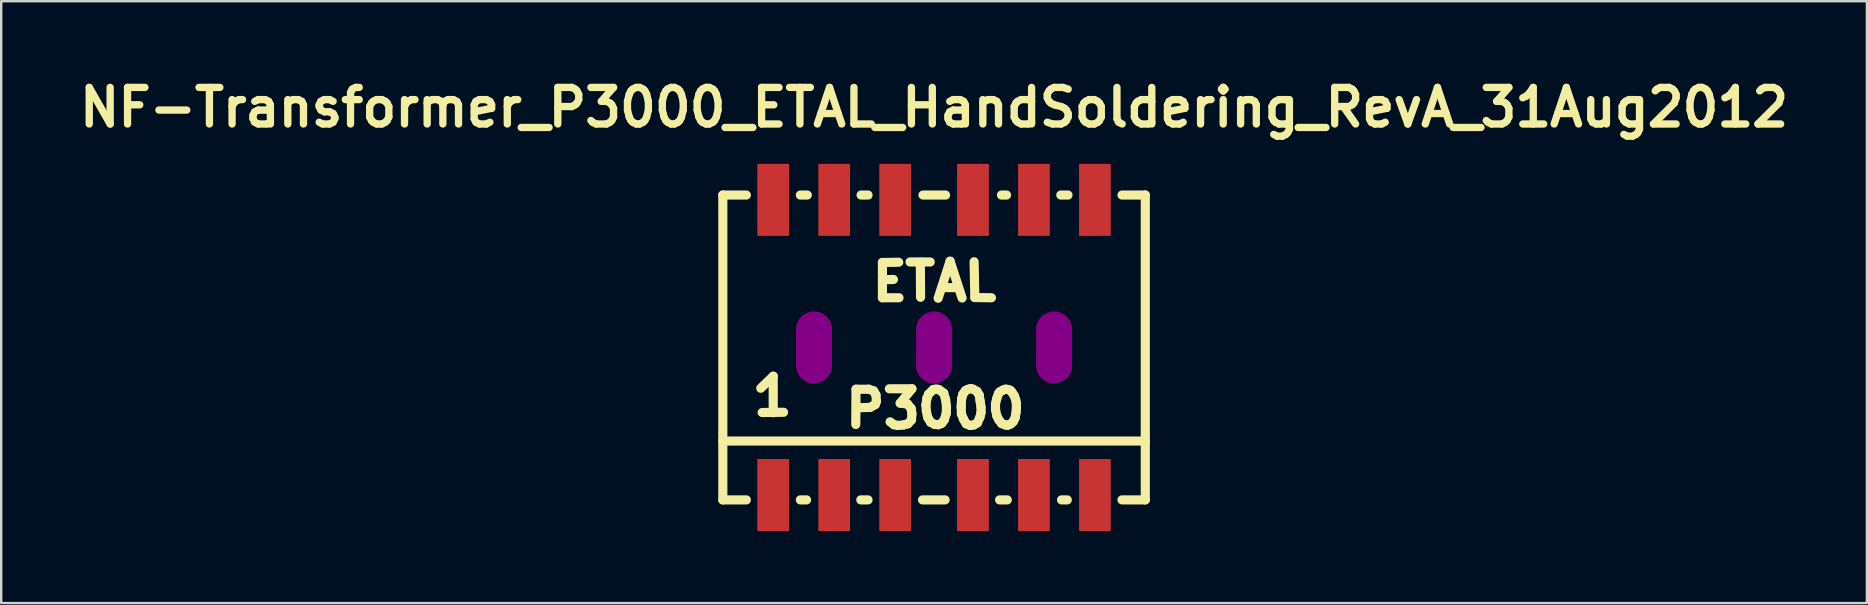
<source format=kicad_pcb>
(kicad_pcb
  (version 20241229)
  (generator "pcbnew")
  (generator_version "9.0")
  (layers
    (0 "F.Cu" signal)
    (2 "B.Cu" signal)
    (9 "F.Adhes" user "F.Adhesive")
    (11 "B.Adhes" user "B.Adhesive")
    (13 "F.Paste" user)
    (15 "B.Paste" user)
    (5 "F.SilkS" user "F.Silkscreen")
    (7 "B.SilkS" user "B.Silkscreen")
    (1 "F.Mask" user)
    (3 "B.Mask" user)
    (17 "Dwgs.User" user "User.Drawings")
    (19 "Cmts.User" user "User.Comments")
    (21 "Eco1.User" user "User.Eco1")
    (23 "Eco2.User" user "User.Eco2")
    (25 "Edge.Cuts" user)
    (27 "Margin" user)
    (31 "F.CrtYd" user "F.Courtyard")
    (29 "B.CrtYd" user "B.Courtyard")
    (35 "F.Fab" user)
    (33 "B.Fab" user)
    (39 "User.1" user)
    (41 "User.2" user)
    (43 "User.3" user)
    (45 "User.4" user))
  (footprint "NF-Transformer_P3000_ETAL_HandSoldering_RevA_31Aug2012"
    (layer "F.Cu")
    (at 35.865 11.426)
    (property "Reference" "NF-Transformer_P3000_ETAL_HandSoldering_RevA_31Aug2012" (at 0 -10 0) (layer "F.SilkS") (effects (font (size 1.524 1.524) (thickness 0.305))))
    (attr smd)
    (fp_line (start -8.801 -6.35) (end -7.821 -6.35) (stroke (width 0.381) (type solid)) (layer "F.SilkS"))
    (fp_line (start -8.801 6.35) (end -8.801 -6.35) (stroke (width 0.381) (type solid)) (layer "F.SilkS"))
    (fp_line (start -7.821 6.35) (end -8.801 6.35) (stroke (width 0.381) (type solid)) (layer "F.SilkS"))
    (fp_line (start -7.221 1.699) (end -6.701 1.199) (stroke (width 0.381) (type solid)) (layer "F.SilkS"))
    (fp_line (start -7.16 2.71) (end -6.271 2.7) (stroke (width 0.381) (type solid)) (layer "F.SilkS"))
    (fp_line (start -6.701 1.199) (end -6.701 2.72) (stroke (width 0.381) (type solid)) (layer "F.SilkS"))
    (fp_line (start -5.57 -6.35) (end -5.281 -6.35) (stroke (width 0.381) (type solid)) (layer "F.SilkS"))
    (fp_line (start -5.311 6.35) (end -5.57 6.35) (stroke (width 0.381) (type solid)) (layer "F.SilkS"))
    (fp_line (start -3.261 3.208) (end -3.251 1.74) (stroke (width 0.381) (type solid)) (layer "F.SilkS"))
    (fp_line (start -3.251 1.74) (end -2.72 1.74) (stroke (width 0.381) (type solid)) (layer "F.SilkS"))
    (fp_line (start -3.04 -6.35) (end -2.751 -6.35) (stroke (width 0.381) (type solid)) (layer "F.SilkS"))
    (fp_line (start -2.751 6.35) (end -3.051 6.35) (stroke (width 0.381) (type solid)) (layer "F.SilkS"))
    (fp_line (start -2.72 1.74) (end -2.52 1.808) (stroke (width 0.381) (type solid)) (layer "F.SilkS"))
    (fp_line (start -2.67 2.499) (end -3.17 2.51) (stroke (width 0.381) (type solid)) (layer "F.SilkS"))
    (fp_line (start -2.52 1.808) (end -2.421 1.979) (stroke (width 0.381) (type solid)) (layer "F.SilkS"))
    (fp_line (start -2.451 2.38) (end -2.67 2.499) (stroke (width 0.381) (type solid)) (layer "F.SilkS"))
    (fp_line (start -2.421 1.979) (end -2.4 2.24) (stroke (width 0.381) (type solid)) (layer "F.SilkS"))
    (fp_line (start -2.4 2.24) (end -2.451 2.38) (stroke (width 0.381) (type solid)) (layer "F.SilkS"))
    (fp_line (start -2.151 -3.541) (end -2.151 -2.07) (stroke (width 0.381) (type solid)) (layer "F.SilkS"))
    (fp_line (start -2.151 -2.822) (end -1.692 -2.832) (stroke (width 0.381) (type solid)) (layer "F.SilkS"))
    (fp_line (start -2.151 -2.07) (end -1.46 -2.07) (stroke (width 0.381) (type solid)) (layer "F.SilkS"))
    (fp_line (start -1.862 1.72) (end -0.922 1.72) (stroke (width 0.381) (type solid)) (layer "F.SilkS"))
    (fp_line (start -1.671 3.218) (end -1.831 3.099) (stroke (width 0.381) (type solid)) (layer "F.SilkS"))
    (fp_line (start -1.511 3.249) (end -1.671 3.218) (stroke (width 0.381) (type solid)) (layer "F.SilkS"))
    (fp_line (start -1.471 -3.551) (end -2.151 -3.541) (stroke (width 0.381) (type solid)) (layer "F.SilkS"))
    (fp_line (start -1.41 2.319) (end -1.1 2.36) (stroke (width 0.381) (type solid)) (layer "F.SilkS"))
    (fp_line (start -1.27 3.228) (end -1.511 3.249) (stroke (width 0.381) (type solid)) (layer "F.SilkS"))
    (fp_line (start -1.1 2.36) (end -0.95 2.55) (stroke (width 0.381) (type solid)) (layer "F.SilkS"))
    (fp_line (start -1.09 3.18) (end -1.27 3.228) (stroke (width 0.381) (type solid)) (layer "F.SilkS"))
    (fp_line (start -1.001 -3.561) (end -0.16 -3.561) (stroke (width 0.381) (type solid)) (layer "F.SilkS"))
    (fp_line (start -0.95 2.55) (end -0.922 2.758) (stroke (width 0.381) (type solid)) (layer "F.SilkS"))
    (fp_line (start -0.94 3.02) (end -1.09 3.18) (stroke (width 0.381) (type solid)) (layer "F.SilkS"))
    (fp_line (start -0.922 1.72) (end -1.41 2.319) (stroke (width 0.381) (type solid)) (layer "F.SilkS"))
    (fp_line (start -0.922 2.758) (end -0.94 3.02) (stroke (width 0.381) (type solid)) (layer "F.SilkS"))
    (fp_line (start -0.572 -3.551) (end -0.561 -2.09) (stroke (width 0.381) (type solid)) (layer "F.SilkS"))
    (fp_line (start -0.46 -6.35) (end 0.48 -6.35) (stroke (width 0.381) (type solid)) (layer "F.SilkS"))
    (fp_line (start -0.34 2.4) (end -0.3 2.118) (stroke (width 0.381) (type solid)) (layer "F.SilkS"))
    (fp_line (start -0.32 2.659) (end -0.34 2.4) (stroke (width 0.381) (type solid)) (layer "F.SilkS"))
    (fp_line (start -0.3 2.118) (end -0.231 1.948) (stroke (width 0.381) (type solid)) (layer "F.SilkS"))
    (fp_line (start -0.262 2.918) (end -0.32 2.659) (stroke (width 0.381) (type solid)) (layer "F.SilkS"))
    (fp_line (start -0.231 1.948) (end -0.041 1.76) (stroke (width 0.381) (type solid)) (layer "F.SilkS"))
    (fp_line (start -0.14 3.119) (end -0.262 2.918) (stroke (width 0.381) (type solid)) (layer "F.SilkS"))
    (fp_line (start -0.041 1.76) (end 0.028 1.74) (stroke (width 0.381) (type solid)) (layer "F.SilkS"))
    (fp_line (start 0.028 3.208) (end -0.14 3.119) (stroke (width 0.381) (type solid)) (layer "F.SilkS"))
    (fp_line (start 0.109 1.73) (end 0.208 1.76) (stroke (width 0.381) (type solid)) (layer "F.SilkS"))
    (fp_line (start 0.17 -2.052) (end 0.668 -3.592) (stroke (width 0.381) (type solid)) (layer "F.SilkS"))
    (fp_line (start 0.18 3.218) (end 0.028 3.208) (stroke (width 0.381) (type solid)) (layer "F.SilkS"))
    (fp_line (start 0.208 1.76) (end 0.399 1.9) (stroke (width 0.381) (type solid)) (layer "F.SilkS"))
    (fp_line (start 0.32 3.16) (end 0.18 3.218) (stroke (width 0.381) (type solid)) (layer "F.SilkS"))
    (fp_line (start 0.34 -2.492) (end 0.93 -2.492) (stroke (width 0.381) (type solid)) (layer "F.SilkS"))
    (fp_line (start 0.399 1.9) (end 0.48 2.159) (stroke (width 0.381) (type solid)) (layer "F.SilkS"))
    (fp_line (start 0.429 3.01) (end 0.32 3.16) (stroke (width 0.381) (type solid)) (layer "F.SilkS"))
    (fp_line (start 0.46 6.35) (end -0.48 6.35) (stroke (width 0.381) (type solid)) (layer "F.SilkS"))
    (fp_line (start 0.48 2.159) (end 0.518 2.469) (stroke (width 0.381) (type solid)) (layer "F.SilkS"))
    (fp_line (start 0.508 2.748) (end 0.429 3.01) (stroke (width 0.381) (type solid)) (layer "F.SilkS"))
    (fp_line (start 0.518 2.469) (end 0.508 2.748) (stroke (width 0.381) (type solid)) (layer "F.SilkS"))
    (fp_line (start 0.668 -3.592) (end 1.168 -2.06) (stroke (width 0.381) (type solid)) (layer "F.SilkS"))
    (fp_line (start 1.13 2.459) (end 1.148 2.149) (stroke (width 0.381) (type solid)) (layer "F.SilkS"))
    (fp_line (start 1.14 2.769) (end 1.13 2.459) (stroke (width 0.381) (type solid)) (layer "F.SilkS"))
    (fp_line (start 1.148 2.149) (end 1.199 1.948) (stroke (width 0.381) (type solid)) (layer "F.SilkS"))
    (fp_line (start 1.199 1.948) (end 1.308 1.798) (stroke (width 0.381) (type solid)) (layer "F.SilkS"))
    (fp_line (start 1.229 2.99) (end 1.14 2.769) (stroke (width 0.381) (type solid)) (layer "F.SilkS"))
    (fp_line (start 1.308 1.798) (end 1.4 1.75) (stroke (width 0.381) (type solid)) (layer "F.SilkS"))
    (fp_line (start 1.339 3.18) (end 1.229 2.99) (stroke (width 0.381) (type solid)) (layer "F.SilkS"))
    (fp_line (start 1.4 1.75) (end 1.478 1.72) (stroke (width 0.381) (type solid)) (layer "F.SilkS"))
    (fp_line (start 1.509 3.249) (end 1.339 3.18) (stroke (width 0.381) (type solid)) (layer "F.SilkS"))
    (fp_line (start 1.539 1.709) (end 1.628 1.74) (stroke (width 0.381) (type solid)) (layer "F.SilkS"))
    (fp_line (start 1.628 1.74) (end 1.788 1.829) (stroke (width 0.381) (type solid)) (layer "F.SilkS"))
    (fp_line (start 1.659 3.228) (end 1.509 3.249) (stroke (width 0.381) (type solid)) (layer "F.SilkS"))
    (fp_line (start 1.669 -3.571) (end 1.699 -2.08) (stroke (width 0.381) (type solid)) (layer "F.SilkS"))
    (fp_line (start 1.699 -2.08) (end 2.39 -2.07) (stroke (width 0.381) (type solid)) (layer "F.SilkS"))
    (fp_line (start 1.788 1.829) (end 1.88 1.979) (stroke (width 0.381) (type solid)) (layer "F.SilkS"))
    (fp_line (start 1.808 3.139) (end 1.659 3.228) (stroke (width 0.381) (type solid)) (layer "F.SilkS"))
    (fp_line (start 1.88 1.979) (end 1.92 2.24) (stroke (width 0.381) (type solid)) (layer "F.SilkS"))
    (fp_line (start 1.91 2.908) (end 1.808 3.139) (stroke (width 0.381) (type solid)) (layer "F.SilkS"))
    (fp_line (start 1.92 2.24) (end 1.958 2.499) (stroke (width 0.381) (type solid)) (layer "F.SilkS"))
    (fp_line (start 1.958 2.499) (end 1.958 2.71) (stroke (width 0.381) (type solid)) (layer "F.SilkS"))
    (fp_line (start 1.958 2.71) (end 1.91 2.908) (stroke (width 0.381) (type solid)) (layer "F.SilkS"))
    (fp_line (start 2.56 2.349) (end 2.619 2.108) (stroke (width 0.381) (type solid)) (layer "F.SilkS"))
    (fp_line (start 2.56 2.588) (end 2.56 2.349) (stroke (width 0.381) (type solid)) (layer "F.SilkS"))
    (fp_line (start 2.619 2.108) (end 2.68 1.93) (stroke (width 0.381) (type solid)) (layer "F.SilkS"))
    (fp_line (start 2.619 2.86) (end 2.56 2.588) (stroke (width 0.381) (type solid)) (layer "F.SilkS"))
    (fp_line (start 2.68 1.93) (end 2.738 1.849) (stroke (width 0.381) (type solid)) (layer "F.SilkS"))
    (fp_line (start 2.7 3.02) (end 2.619 2.86) (stroke (width 0.381) (type solid)) (layer "F.SilkS"))
    (fp_line (start 2.738 1.849) (end 2.87 1.778) (stroke (width 0.381) (type solid)) (layer "F.SilkS"))
    (fp_line (start 2.809 -6.35) (end 3.02 -6.35) (stroke (width 0.381) (type solid)) (layer "F.SilkS"))
    (fp_line (start 2.819 3.17) (end 2.7 3.02) (stroke (width 0.381) (type solid)) (layer "F.SilkS"))
    (fp_line (start 2.87 1.778) (end 2.959 1.75) (stroke (width 0.381) (type solid)) (layer "F.SilkS"))
    (fp_line (start 2.969 3.228) (end 2.819 3.17) (stroke (width 0.381) (type solid)) (layer "F.SilkS"))
    (fp_line (start 2.99 1.73) (end 3.109 1.76) (stroke (width 0.381) (type solid)) (layer "F.SilkS"))
    (fp_line (start 3.051 6.35) (end 2.731 6.35) (stroke (width 0.381) (type solid)) (layer "F.SilkS"))
    (fp_line (start 3.068 3.239) (end 2.969 3.228) (stroke (width 0.381) (type solid)) (layer "F.SilkS"))
    (fp_line (start 3.109 1.76) (end 3.19 1.798) (stroke (width 0.381) (type solid)) (layer "F.SilkS"))
    (fp_line (start 3.19 1.798) (end 3.249 1.869) (stroke (width 0.381) (type solid)) (layer "F.SilkS"))
    (fp_line (start 3.19 3.19) (end 3.068 3.239) (stroke (width 0.381) (type solid)) (layer "F.SilkS"))
    (fp_line (start 3.249 1.869) (end 3.34 2.009) (stroke (width 0.381) (type solid)) (layer "F.SilkS"))
    (fp_line (start 3.299 3.089) (end 3.19 3.19) (stroke (width 0.381) (type solid)) (layer "F.SilkS"))
    (fp_line (start 3.34 2.009) (end 3.399 2.169) (stroke (width 0.381) (type solid)) (layer "F.SilkS"))
    (fp_line (start 3.378 2.929) (end 3.299 3.089) (stroke (width 0.381) (type solid)) (layer "F.SilkS"))
    (fp_line (start 3.399 2.169) (end 3.429 2.329) (stroke (width 0.381) (type solid)) (layer "F.SilkS"))
    (fp_line (start 3.419 2.69) (end 3.378 2.929) (stroke (width 0.381) (type solid)) (layer "F.SilkS"))
    (fp_line (start 3.429 2.329) (end 3.429 2.52) (stroke (width 0.381) (type solid)) (layer "F.SilkS"))
    (fp_line (start 3.429 2.52) (end 3.419 2.69) (stroke (width 0.381) (type solid)) (layer "F.SilkS"))
    (fp_line (start 5.281 -6.35) (end 5.58 -6.35) (stroke (width 0.381) (type solid)) (layer "F.SilkS"))
    (fp_line (start 5.55 6.35) (end 5.311 6.35) (stroke (width 0.381) (type solid)) (layer "F.SilkS"))
    (fp_line (start 8.801 -6.35) (end 7.831 -6.35) (stroke (width 0.381) (type solid)) (layer "F.SilkS"))
    (fp_line (start 8.801 -6.35) (end 8.801 6.35) (stroke (width 0.381) (type solid)) (layer "F.SilkS"))
    (fp_line (start 8.801 3.899) (end -8.801 3.899) (stroke (width 0.381) (type solid)) (layer "F.SilkS"))
    (fp_line (start 8.801 6.35) (end 7.831 6.35) (stroke (width 0.381) (type solid)) (layer "F.SilkS"))
    (pad "" smd oval (at -5.001 0) (size 1.501 3) (layers "F.Adhes"))
    (pad "" smd oval (at 0 0) (size 1.501 3) (layers "F.Adhes"))
    (pad "" smd oval (at 5.001 0) (size 1.501 3) (layers "F.Adhes"))
    (pad "1" smd rect (at -6.701 6.149) (size 1.321 3) (layers "F.Cu" "F.Mask" "F.Paste"))
    (pad "2" smd rect (at -4.161 6.149) (size 1.321 3) (layers "F.Cu" "F.Mask" "F.Paste"))
    (pad "3" smd rect (at -1.621 6.149) (size 1.321 3) (layers "F.Cu" "F.Mask" "F.Paste"))
    (pad "4" smd rect (at 1.621 6.149) (size 1.321 3) (layers "F.Cu" "F.Mask" "F.Paste"))
    (pad "5" smd rect (at 4.161 6.149) (size 1.321 3) (layers "F.Cu" "F.Mask" "F.Paste"))
    (pad "6" smd rect (at 6.701 6.149) (size 1.321 3) (layers "F.Cu" "F.Mask" "F.Paste"))
    (pad "7" smd rect (at 6.701 -6.149) (size 1.321 3) (layers "F.Cu" "F.Mask" "F.Paste"))
    (pad "8" smd rect (at 4.161 -6.149) (size 1.321 3) (layers "F.Cu" "F.Mask" "F.Paste"))
    (pad "9" smd rect (at 1.621 -6.149) (size 1.321 3) (layers "F.Cu" "F.Mask" "F.Paste"))
    (pad "10" smd rect (at -1.621 -6.149) (size 1.321 3) (layers "F.Cu" "F.Mask" "F.Paste"))
    (pad "11" smd rect (at -4.161 -6.149) (size 1.321 3) (layers "F.Cu" "F.Mask" "F.Paste"))
    (pad "12" smd rect (at -6.701 -6.149) (size 1.321 3) (layers "F.Cu" "F.Mask" "F.Paste")))
  (gr_rect
    (start -3 -3)
    (end 74.73 22.076)
    (stroke (width 0.1) (type default))
    (fill no)
    (layer "Edge.Cuts")))
</source>
